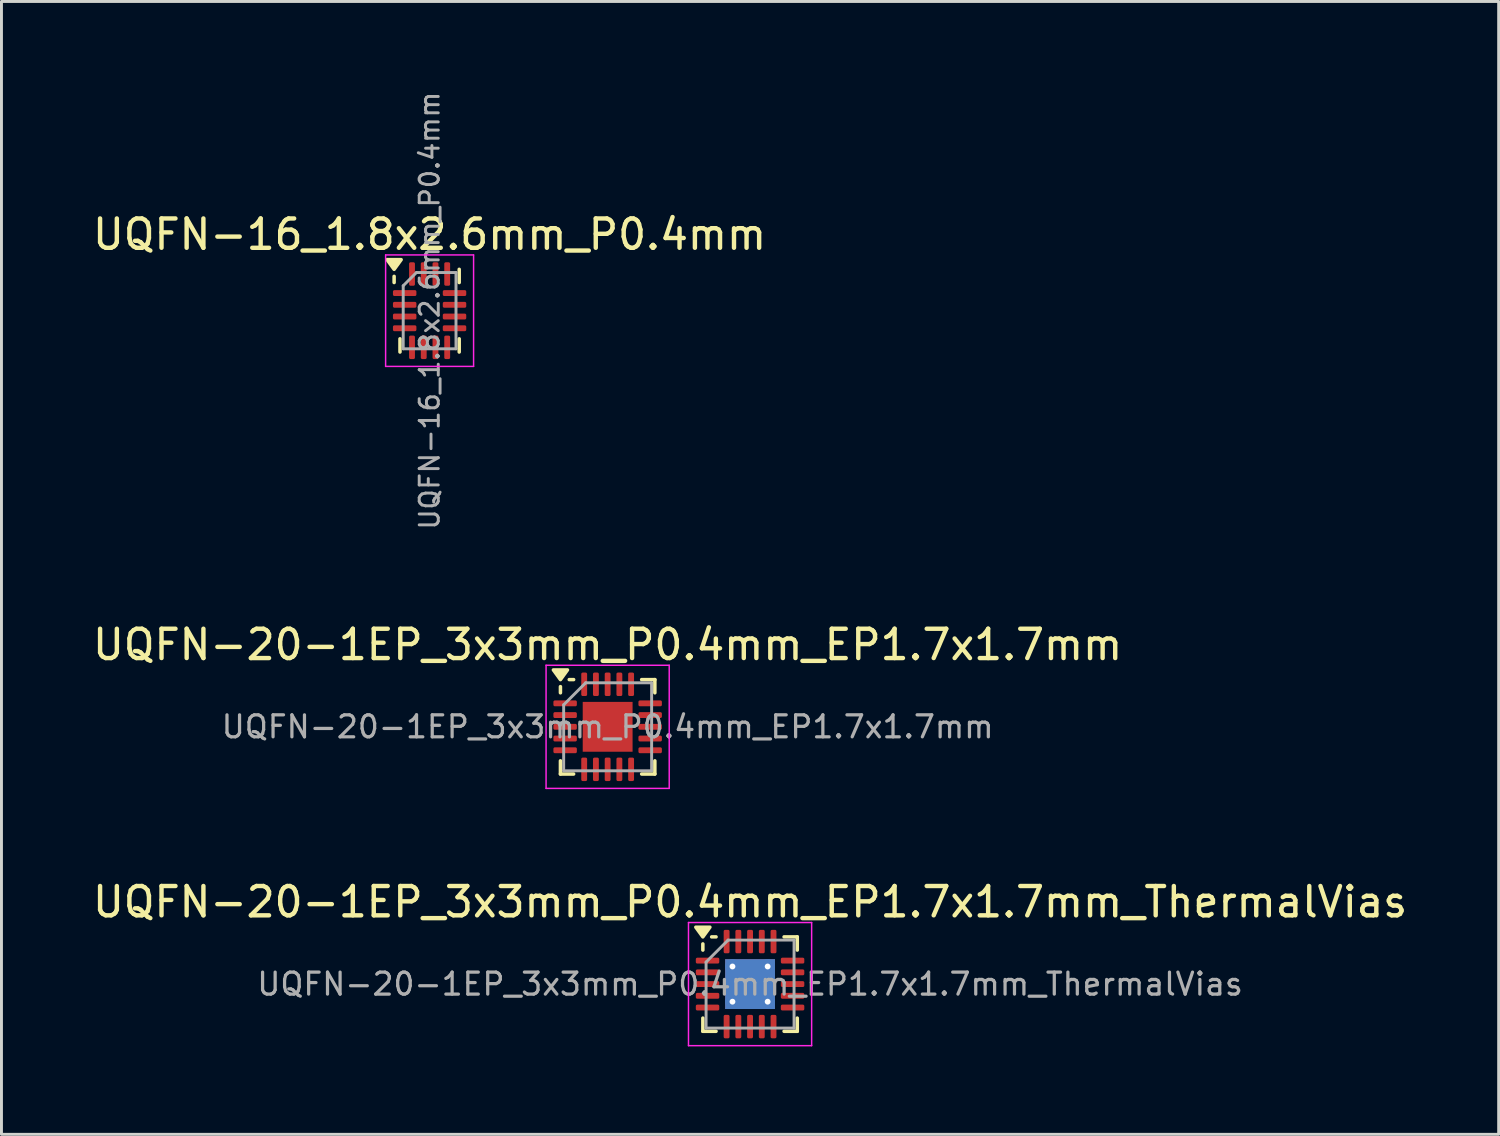
<source format=kicad_pcb>
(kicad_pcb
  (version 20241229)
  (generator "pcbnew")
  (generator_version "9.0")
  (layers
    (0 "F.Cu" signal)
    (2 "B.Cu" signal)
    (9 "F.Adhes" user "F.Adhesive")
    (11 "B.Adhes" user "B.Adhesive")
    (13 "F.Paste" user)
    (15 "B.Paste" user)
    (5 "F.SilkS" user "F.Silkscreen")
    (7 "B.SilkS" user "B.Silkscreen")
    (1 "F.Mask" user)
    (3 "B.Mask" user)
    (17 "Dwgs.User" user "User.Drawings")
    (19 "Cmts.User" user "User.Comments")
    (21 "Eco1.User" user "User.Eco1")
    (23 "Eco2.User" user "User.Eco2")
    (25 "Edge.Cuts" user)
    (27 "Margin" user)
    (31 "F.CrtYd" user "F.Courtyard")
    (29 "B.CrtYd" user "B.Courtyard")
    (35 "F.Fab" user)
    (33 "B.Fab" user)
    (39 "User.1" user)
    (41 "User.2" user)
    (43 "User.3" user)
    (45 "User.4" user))
  (footprint "UQFN-20-1EP_3x3mm_P0.4mm_EP1.7x1.7mm_ThermalVias"
    (layer "F.Cu")
    (at 22.53 30.511)
    (property "Reference" "UQFN-20-1EP_3x3mm_P0.4mm_EP1.7x1.7mm_ThermalVias" (at 0 -2.8 0) (layer "F.SilkS") (effects (font (size 1 1) (thickness 0.15))))
    (attr smd)
    (fp_line (start -1.61 -1.16) (end -1.61 -1.37) (stroke (width 0.12) (type solid)) (layer "F.SilkS"))
    (fp_line (start -1.61 1.61) (end -1.61 1.16) (stroke (width 0.12) (type solid)) (layer "F.SilkS"))
    (fp_line (start -1.16 -1.61) (end -1.31 -1.61) (stroke (width 0.12) (type solid)) (layer "F.SilkS"))
    (fp_line (start -1.16 1.61) (end -1.61 1.61) (stroke (width 0.12) (type solid)) (layer "F.SilkS"))
    (fp_line (start 1.16 -1.61) (end 1.61 -1.61) (stroke (width 0.12) (type solid)) (layer "F.SilkS"))
    (fp_line (start 1.16 1.61) (end 1.61 1.61) (stroke (width 0.12) (type solid)) (layer "F.SilkS"))
    (fp_line (start 1.61 -1.61) (end 1.61 -1.16) (stroke (width 0.12) (type solid)) (layer "F.SilkS"))
    (fp_line (start 1.61 1.61) (end 1.61 1.16) (stroke (width 0.12) (type solid)) (layer "F.SilkS"))
    (fp_poly (pts (xy -1.61 -1.61) (xy -1.85 -1.94) (xy -1.37 -1.94) (xy -1.61 -1.61)) (stroke (width 0.12) (type solid)) (fill yes) (layer "F.SilkS"))
    (fp_line (start -2.1 -2.1) (end -2.1 2.1) (stroke (width 0.05) (type solid)) (layer "F.CrtYd"))
    (fp_line (start -2.1 2.1) (end 2.1 2.1) (stroke (width 0.05) (type solid)) (layer "F.CrtYd"))
    (fp_line (start 2.1 -2.1) (end -2.1 -2.1) (stroke (width 0.05) (type solid)) (layer "F.CrtYd"))
    (fp_line (start 2.1 2.1) (end 2.1 -2.1) (stroke (width 0.05) (type solid)) (layer "F.CrtYd"))
    (fp_line (start -1.5 -0.75) (end -0.75 -1.5) (stroke (width 0.1) (type solid)) (layer "F.Fab"))
    (fp_line (start -1.5 1.5) (end -1.5 -0.75) (stroke (width 0.1) (type solid)) (layer "F.Fab"))
    (fp_line (start -0.75 -1.5) (end 1.5 -1.5) (stroke (width 0.1) (type solid)) (layer "F.Fab"))
    (fp_line (start 1.5 -1.5) (end 1.5 1.5) (stroke (width 0.1) (type solid)) (layer "F.Fab"))
    (fp_line (start 1.5 1.5) (end -1.5 1.5) (stroke (width 0.1) (type solid)) (layer "F.Fab"))
    (fp_text user "${REFERENCE}" (at 0 0 0) (layer "F.Fab") (effects (font (size 0.75 0.75) (thickness 0.11))))
    (pad "" smd roundrect (at -0.425 -0.425) (size 0.74 0.74) (layers "F.Paste") (roundrect_rratio 0.25))
    (pad "" smd roundrect (at -0.425 0.425) (size 0.74 0.74) (layers "F.Paste") (roundrect_rratio 0.25))
    (pad "" smd roundrect (at 0.425 -0.425) (size 0.74 0.74) (layers "F.Paste") (roundrect_rratio 0.25))
    (pad "" smd roundrect (at 0.425 0.425) (size 0.74 0.74) (layers "F.Paste") (roundrect_rratio 0.25))
    (pad "1" smd roundrect (at -1.45 -0.8) (size 0.8 0.2) (layers "F.Cu" "F.Mask" "F.Paste") (roundrect_rratio 0.25))
    (pad "2" smd roundrect (at -1.45 -0.4) (size 0.8 0.2) (layers "F.Cu" "F.Mask" "F.Paste") (roundrect_rratio 0.25))
    (pad "3" smd roundrect (at -1.45 0) (size 0.8 0.2) (layers "F.Cu" "F.Mask" "F.Paste") (roundrect_rratio 0.25))
    (pad "4" smd roundrect (at -1.45 0.4) (size 0.8 0.2) (layers "F.Cu" "F.Mask" "F.Paste") (roundrect_rratio 0.25))
    (pad "5" smd roundrect (at -1.45 0.8) (size 0.8 0.2) (layers "F.Cu" "F.Mask" "F.Paste") (roundrect_rratio 0.25))
    (pad "6" smd roundrect (at -0.8 1.45) (size 0.2 0.8) (layers "F.Cu" "F.Mask" "F.Paste") (roundrect_rratio 0.25))
    (pad "7" smd roundrect (at -0.4 1.45) (size 0.2 0.8) (layers "F.Cu" "F.Mask" "F.Paste") (roundrect_rratio 0.25))
    (pad "8" smd roundrect (at 0 1.45) (size 0.2 0.8) (layers "F.Cu" "F.Mask" "F.Paste") (roundrect_rratio 0.25))
    (pad "9" smd roundrect (at 0.4 1.45) (size 0.2 0.8) (layers "F.Cu" "F.Mask" "F.Paste") (roundrect_rratio 0.25))
    (pad "10" smd roundrect (at 0.8 1.45) (size 0.2 0.8) (layers "F.Cu" "F.Mask" "F.Paste") (roundrect_rratio 0.25))
    (pad "11" smd roundrect (at 1.45 0.8) (size 0.8 0.2) (layers "F.Cu" "F.Mask" "F.Paste") (roundrect_rratio 0.25))
    (pad "12" smd roundrect (at 1.45 0.4) (size 0.8 0.2) (layers "F.Cu" "F.Mask" "F.Paste") (roundrect_rratio 0.25))
    (pad "13" smd roundrect (at 1.45 0) (size 0.8 0.2) (layers "F.Cu" "F.Mask" "F.Paste") (roundrect_rratio 0.25))
    (pad "14" smd roundrect (at 1.45 -0.4) (size 0.8 0.2) (layers "F.Cu" "F.Mask" "F.Paste") (roundrect_rratio 0.25))
    (pad "15" smd roundrect (at 1.45 -0.8) (size 0.8 0.2) (layers "F.Cu" "F.Mask" "F.Paste") (roundrect_rratio 0.25))
    (pad "16" smd roundrect (at 0.8 -1.45) (size 0.2 0.8) (layers "F.Cu" "F.Mask" "F.Paste") (roundrect_rratio 0.25))
    (pad "17" smd roundrect (at 0.4 -1.45) (size 0.2 0.8) (layers "F.Cu" "F.Mask" "F.Paste") (roundrect_rratio 0.25))
    (pad "18" smd roundrect (at 0 -1.45) (size 0.2 0.8) (layers "F.Cu" "F.Mask" "F.Paste") (roundrect_rratio 0.25))
    (pad "19" smd roundrect (at -0.4 -1.45) (size 0.2 0.8) (layers "F.Cu" "F.Mask" "F.Paste") (roundrect_rratio 0.25))
    (pad "20" smd roundrect (at -0.8 -1.45) (size 0.2 0.8) (layers "F.Cu" "F.Mask" "F.Paste") (roundrect_rratio 0.25))
    (pad "21" thru_hole circle (at -0.6 -0.6) (size 0.5 0.5) (drill 0.2) (property pad_prop_heatsink) (layers "*.Cu"))
    (pad "21" thru_hole circle (at -0.6 0.6) (size 0.5 0.5) (drill 0.2) (property pad_prop_heatsink) (layers "*.Cu"))
    (pad "21" smd rect (at 0 0) (size 1.7 1.7) (property pad_prop_heatsink) (layers "F.Cu" "F.Mask"))
    (pad "21" smd rect (at 0 0) (size 1.7 1.7) (property pad_prop_heatsink) (layers "B.Cu"))
    (pad "21" thru_hole circle (at 0.6 -0.6) (size 0.5 0.5) (drill 0.2) (property pad_prop_heatsink) (layers "*.Cu"))
    (pad "21" thru_hole circle (at 0.6 0.6) (size 0.5 0.5) (drill 0.2) (property pad_prop_heatsink) (layers "*.Cu")))
  (footprint "UQFN-20-1EP_3x3mm_P0.4mm_EP1.7x1.7mm"
    (layer "F.Cu")
    (at 17.673 21.737)
    (property "Reference" "UQFN-20-1EP_3x3mm_P0.4mm_EP1.7x1.7mm" (at 0 -2.8 0) (layer "F.SilkS") (effects (font (size 1 1) (thickness 0.15))))
    (attr smd)
    (fp_line (start -1.61 -1.16) (end -1.61 -1.37) (stroke (width 0.12) (type solid)) (layer "F.SilkS"))
    (fp_line (start -1.61 1.61) (end -1.61 1.16) (stroke (width 0.12) (type solid)) (layer "F.SilkS"))
    (fp_line (start -1.16 -1.61) (end -1.31 -1.61) (stroke (width 0.12) (type solid)) (layer "F.SilkS"))
    (fp_line (start -1.16 1.61) (end -1.61 1.61) (stroke (width 0.12) (type solid)) (layer "F.SilkS"))
    (fp_line (start 1.16 -1.61) (end 1.61 -1.61) (stroke (width 0.12) (type solid)) (layer "F.SilkS"))
    (fp_line (start 1.16 1.61) (end 1.61 1.61) (stroke (width 0.12) (type solid)) (layer "F.SilkS"))
    (fp_line (start 1.61 -1.61) (end 1.61 -1.16) (stroke (width 0.12) (type solid)) (layer "F.SilkS"))
    (fp_line (start 1.61 1.61) (end 1.61 1.16) (stroke (width 0.12) (type solid)) (layer "F.SilkS"))
    (fp_poly (pts (xy -1.61 -1.61) (xy -1.85 -1.94) (xy -1.37 -1.94) (xy -1.61 -1.61)) (stroke (width 0.12) (type solid)) (fill yes) (layer "F.SilkS"))
    (fp_line (start -2.1 -2.1) (end -2.1 2.1) (stroke (width 0.05) (type solid)) (layer "F.CrtYd"))
    (fp_line (start -2.1 2.1) (end 2.1 2.1) (stroke (width 0.05) (type solid)) (layer "F.CrtYd"))
    (fp_line (start 2.1 -2.1) (end -2.1 -2.1) (stroke (width 0.05) (type solid)) (layer "F.CrtYd"))
    (fp_line (start 2.1 2.1) (end 2.1 -2.1) (stroke (width 0.05) (type solid)) (layer "F.CrtYd"))
    (fp_line (start -1.5 -0.75) (end -0.75 -1.5) (stroke (width 0.1) (type solid)) (layer "F.Fab"))
    (fp_line (start -1.5 1.5) (end -1.5 -0.75) (stroke (width 0.1) (type solid)) (layer "F.Fab"))
    (fp_line (start -0.75 -1.5) (end 1.5 -1.5) (stroke (width 0.1) (type solid)) (layer "F.Fab"))
    (fp_line (start 1.5 -1.5) (end 1.5 1.5) (stroke (width 0.1) (type solid)) (layer "F.Fab"))
    (fp_line (start 1.5 1.5) (end -1.5 1.5) (stroke (width 0.1) (type solid)) (layer "F.Fab"))
    (fp_text user "${REFERENCE}" (at 0 0 0) (layer "F.Fab") (effects (font (size 0.75 0.75) (thickness 0.11))))
    (pad "" smd roundrect (at -0.425 -0.425) (size 0.69 0.69) (layers "F.Paste") (roundrect_rratio 0.25))
    (pad "" smd roundrect (at -0.425 0.425) (size 0.69 0.69) (layers "F.Paste") (roundrect_rratio 0.25))
    (pad "" smd roundrect (at 0.425 -0.425) (size 0.69 0.69) (layers "F.Paste") (roundrect_rratio 0.25))
    (pad "" smd roundrect (at 0.425 0.425) (size 0.69 0.69) (layers "F.Paste") (roundrect_rratio 0.25))
    (pad "1" smd roundrect (at -1.45 -0.8) (size 0.8 0.2) (layers "F.Cu" "F.Mask" "F.Paste") (roundrect_rratio 0.25))
    (pad "2" smd roundrect (at -1.45 -0.4) (size 0.8 0.2) (layers "F.Cu" "F.Mask" "F.Paste") (roundrect_rratio 0.25))
    (pad "3" smd roundrect (at -1.45 0) (size 0.8 0.2) (layers "F.Cu" "F.Mask" "F.Paste") (roundrect_rratio 0.25))
    (pad "4" smd roundrect (at -1.45 0.4) (size 0.8 0.2) (layers "F.Cu" "F.Mask" "F.Paste") (roundrect_rratio 0.25))
    (pad "5" smd roundrect (at -1.45 0.8) (size 0.8 0.2) (layers "F.Cu" "F.Mask" "F.Paste") (roundrect_rratio 0.25))
    (pad "6" smd roundrect (at -0.8 1.45) (size 0.2 0.8) (layers "F.Cu" "F.Mask" "F.Paste") (roundrect_rratio 0.25))
    (pad "7" smd roundrect (at -0.4 1.45) (size 0.2 0.8) (layers "F.Cu" "F.Mask" "F.Paste") (roundrect_rratio 0.25))
    (pad "8" smd roundrect (at 0 1.45) (size 0.2 0.8) (layers "F.Cu" "F.Mask" "F.Paste") (roundrect_rratio 0.25))
    (pad "9" smd roundrect (at 0.4 1.45) (size 0.2 0.8) (layers "F.Cu" "F.Mask" "F.Paste") (roundrect_rratio 0.25))
    (pad "10" smd roundrect (at 0.8 1.45) (size 0.2 0.8) (layers "F.Cu" "F.Mask" "F.Paste") (roundrect_rratio 0.25))
    (pad "11" smd roundrect (at 1.45 0.8) (size 0.8 0.2) (layers "F.Cu" "F.Mask" "F.Paste") (roundrect_rratio 0.25))
    (pad "12" smd roundrect (at 1.45 0.4) (size 0.8 0.2) (layers "F.Cu" "F.Mask" "F.Paste") (roundrect_rratio 0.25))
    (pad "13" smd roundrect (at 1.45 0) (size 0.8 0.2) (layers "F.Cu" "F.Mask" "F.Paste") (roundrect_rratio 0.25))
    (pad "14" smd roundrect (at 1.45 -0.4) (size 0.8 0.2) (layers "F.Cu" "F.Mask" "F.Paste") (roundrect_rratio 0.25))
    (pad "15" smd roundrect (at 1.45 -0.8) (size 0.8 0.2) (layers "F.Cu" "F.Mask" "F.Paste") (roundrect_rratio 0.25))
    (pad "16" smd roundrect (at 0.8 -1.45) (size 0.2 0.8) (layers "F.Cu" "F.Mask" "F.Paste") (roundrect_rratio 0.25))
    (pad "17" smd roundrect (at 0.4 -1.45) (size 0.2 0.8) (layers "F.Cu" "F.Mask" "F.Paste") (roundrect_rratio 0.25))
    (pad "18" smd roundrect (at 0 -1.45) (size 0.2 0.8) (layers "F.Cu" "F.Mask" "F.Paste") (roundrect_rratio 0.25))
    (pad "19" smd roundrect (at -0.4 -1.45) (size 0.2 0.8) (layers "F.Cu" "F.Mask" "F.Paste") (roundrect_rratio 0.25))
    (pad "20" smd roundrect (at -0.8 -1.45) (size 0.2 0.8) (layers "F.Cu" "F.Mask" "F.Paste") (roundrect_rratio 0.25))
    (pad "21" smd rect (at 0 0) (size 1.7 1.7) (property pad_prop_heatsink) (layers "F.Cu" "F.Mask")))
  (footprint "UQFN-16_1.8x2.6mm_P0.4mm"
    (layer "F.Cu")
    (at 11.601 7.545)
    (property "Reference" "UQFN-16_1.8x2.6mm_P0.4mm" (at 0 -2.6 0) (layer "F.SilkS") (effects (font (size 1 1) (thickness 0.15))))
    (attr smd)
    (fp_line (start -1.21 -0.96) (end -1.21 -1.17) (stroke (width 0.12) (type solid)) (layer "F.SilkS"))
    (fp_line (start -1.01 1.41) (end -1.01 0.96) (stroke (width 0.12) (type solid)) (layer "F.SilkS"))
    (fp_line (start 1.01 -1.41) (end 1.01 -0.96) (stroke (width 0.12) (type solid)) (layer "F.SilkS"))
    (fp_line (start 1.01 1.41) (end 1.01 0.96) (stroke (width 0.12) (type solid)) (layer "F.SilkS"))
    (fp_poly (pts (xy -1.21 -1.41) (xy -1.45 -1.74) (xy -0.97 -1.74) (xy -1.21 -1.41)) (stroke (width 0.12) (type solid)) (fill yes) (layer "F.SilkS"))
    (fp_line (start -1.5 -1.9) (end -1.5 1.9) (stroke (width 0.05) (type solid)) (layer "F.CrtYd"))
    (fp_line (start -1.5 1.9) (end 1.5 1.9) (stroke (width 0.05) (type solid)) (layer "F.CrtYd"))
    (fp_line (start 1.5 -1.9) (end -1.5 -1.9) (stroke (width 0.05) (type solid)) (layer "F.CrtYd"))
    (fp_line (start 1.5 1.9) (end 1.5 -1.9) (stroke (width 0.05) (type solid)) (layer "F.CrtYd"))
    (fp_line (start -0.9 -0.85) (end -0.45 -1.3) (stroke (width 0.1) (type solid)) (layer "F.Fab"))
    (fp_line (start -0.9 1.3) (end -0.9 -0.85) (stroke (width 0.1) (type solid)) (layer "F.Fab"))
    (fp_line (start -0.45 -1.3) (end 0.9 -1.3) (stroke (width 0.1) (type solid)) (layer "F.Fab"))
    (fp_line (start 0.9 -1.3) (end 0.9 1.3) (stroke (width 0.1) (type solid)) (layer "F.Fab"))
    (fp_line (start 0.9 1.3) (end -0.9 1.3) (stroke (width 0.1) (type solid)) (layer "F.Fab"))
    (fp_text user "${REFERENCE}" (at 0 0 90) (layer "F.Fab") (effects (font (size 0.65 0.65) (thickness 0.1))))
    (pad "1" smd roundrect (at -0.85 -0.6) (size 0.8 0.2) (layers "F.Cu" "F.Mask" "F.Paste") (roundrect_rratio 0.25))
    (pad "2" smd roundrect (at -0.85 -0.2) (size 0.8 0.2) (layers "F.Cu" "F.Mask" "F.Paste") (roundrect_rratio 0.25))
    (pad "3" smd roundrect (at -0.85 0.2) (size 0.8 0.2) (layers "F.Cu" "F.Mask" "F.Paste") (roundrect_rratio 0.25))
    (pad "4" smd roundrect (at -0.85 0.6) (size 0.8 0.2) (layers "F.Cu" "F.Mask" "F.Paste") (roundrect_rratio 0.25))
    (pad "5" smd roundrect (at -0.6 1.25) (size 0.2 0.8) (layers "F.Cu" "F.Mask" "F.Paste") (roundrect_rratio 0.25))
    (pad "6" smd roundrect (at -0.2 1.25) (size 0.2 0.8) (layers "F.Cu" "F.Mask" "F.Paste") (roundrect_rratio 0.25))
    (pad "7" smd roundrect (at 0.2 1.25) (size 0.2 0.8) (layers "F.Cu" "F.Mask" "F.Paste") (roundrect_rratio 0.25))
    (pad "8" smd roundrect (at 0.6 1.25) (size 0.2 0.8) (layers "F.Cu" "F.Mask" "F.Paste") (roundrect_rratio 0.25))
    (pad "9" smd roundrect (at 0.85 0.6) (size 0.8 0.2) (layers "F.Cu" "F.Mask" "F.Paste") (roundrect_rratio 0.25))
    (pad "10" smd roundrect (at 0.85 0.2) (size 0.8 0.2) (layers "F.Cu" "F.Mask" "F.Paste") (roundrect_rratio 0.25))
    (pad "11" smd roundrect (at 0.85 -0.2) (size 0.8 0.2) (layers "F.Cu" "F.Mask" "F.Paste") (roundrect_rratio 0.25))
    (pad "12" smd roundrect (at 0.85 -0.6) (size 0.8 0.2) (layers "F.Cu" "F.Mask" "F.Paste") (roundrect_rratio 0.25))
    (pad "13" smd roundrect (at 0.6 -1.25) (size 0.2 0.8) (layers "F.Cu" "F.Mask" "F.Paste") (roundrect_rratio 0.25))
    (pad "14" smd roundrect (at 0.2 -1.25) (size 0.2 0.8) (layers "F.Cu" "F.Mask" "F.Paste") (roundrect_rratio 0.25))
    (pad "15" smd roundrect (at -0.2 -1.25) (size 0.2 0.8) (layers "F.Cu" "F.Mask" "F.Paste") (roundrect_rratio 0.25))
    (pad "16" smd roundrect (at -0.6 -1.25) (size 0.2 0.8) (layers "F.Cu" "F.Mask" "F.Paste") (roundrect_rratio 0.25)))
  (gr_rect
    (start -3 -3)
    (end 48.06 35.636)
    (stroke (width 0.1) (type default))
    (fill no)
    (layer "Edge.Cuts")))
</source>
